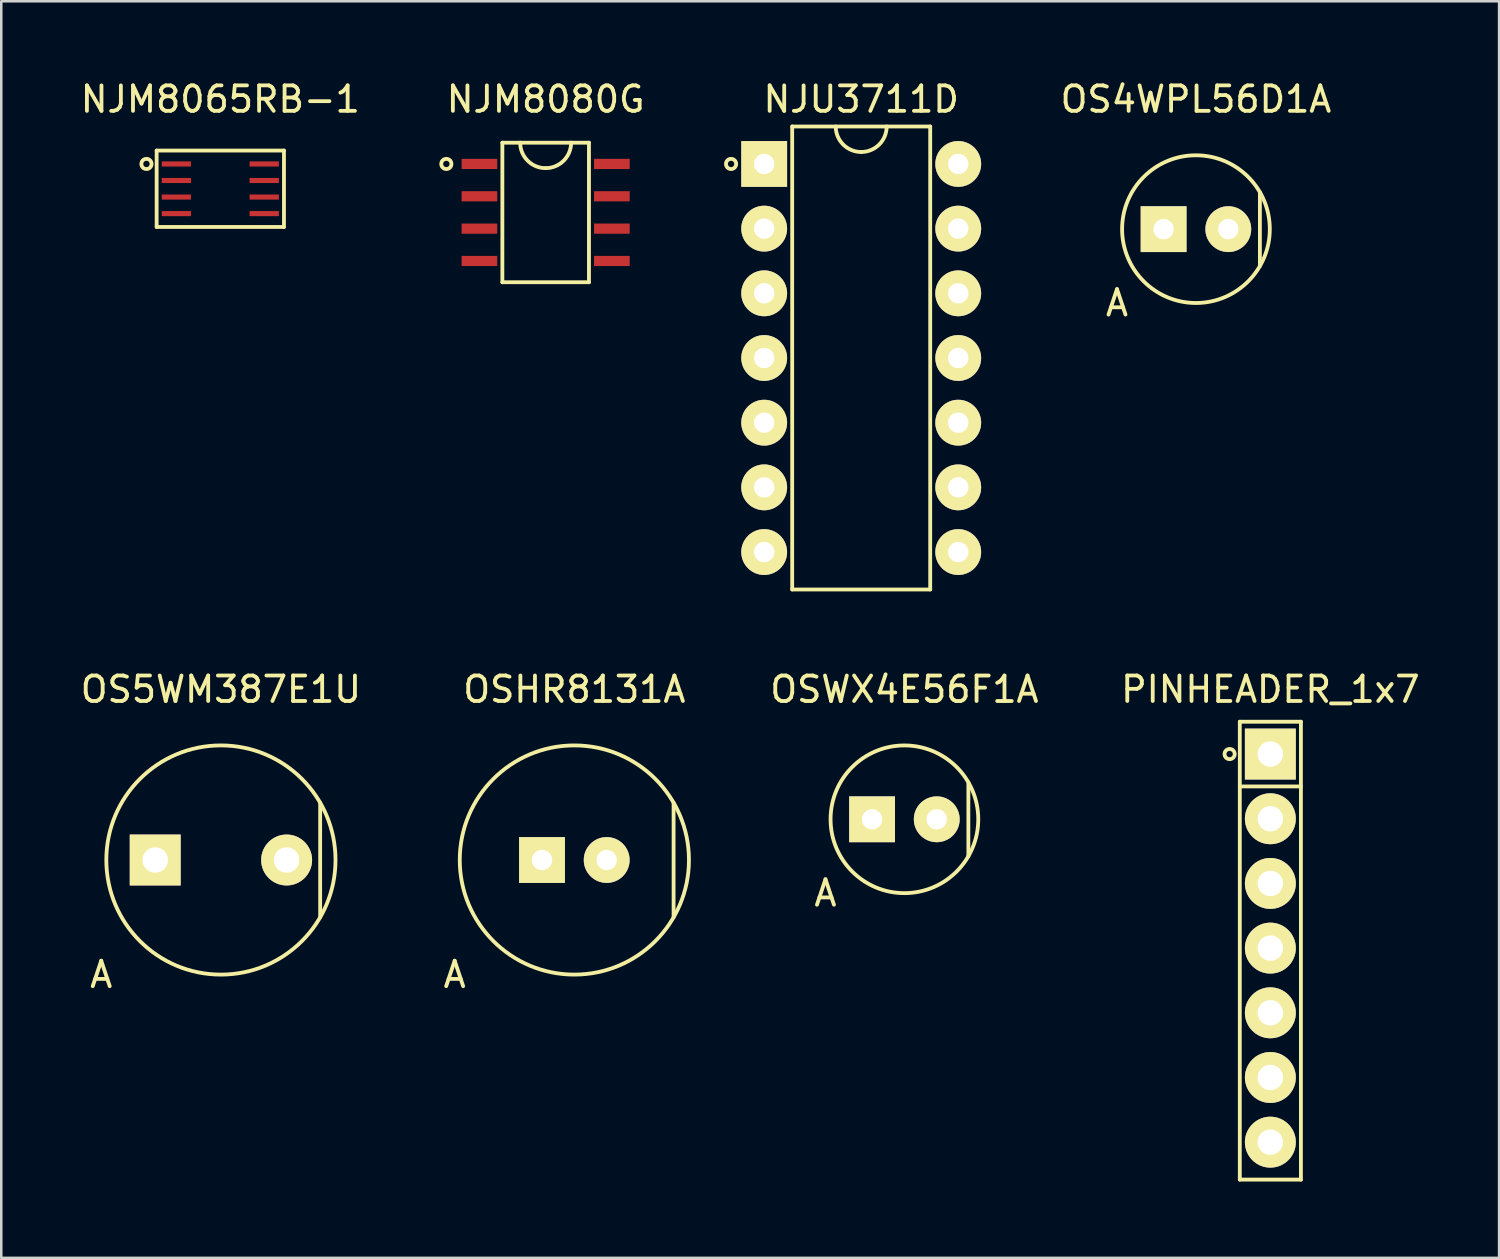
<source format=kicad_pcb>
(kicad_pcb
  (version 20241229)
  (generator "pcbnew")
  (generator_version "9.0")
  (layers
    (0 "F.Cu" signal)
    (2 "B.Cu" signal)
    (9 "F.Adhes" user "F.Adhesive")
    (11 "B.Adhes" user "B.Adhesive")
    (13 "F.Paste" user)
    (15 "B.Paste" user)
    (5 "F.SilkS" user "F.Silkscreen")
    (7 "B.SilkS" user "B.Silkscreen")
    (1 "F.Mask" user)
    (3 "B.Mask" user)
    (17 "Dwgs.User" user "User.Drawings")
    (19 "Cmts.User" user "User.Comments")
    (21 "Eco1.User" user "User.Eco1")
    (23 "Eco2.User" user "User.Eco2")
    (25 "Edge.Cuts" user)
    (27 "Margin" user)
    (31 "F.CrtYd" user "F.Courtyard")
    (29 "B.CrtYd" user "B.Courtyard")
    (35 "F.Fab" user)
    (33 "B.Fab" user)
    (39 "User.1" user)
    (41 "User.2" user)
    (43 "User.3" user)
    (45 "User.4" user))
  (footprint "NJM8080G"
    (layer "F.Cu")
    (at 15.777 3.388)
    (property "Reference" "NJM8080G" (at 2.6 -2.54 0) (layer "F.SilkS") (effects (font (size 1 1) (thickness 0.15))))
    (attr through_hole)
    (fp_line (start 0.9 -0.835) (end 4.3 -0.835) (stroke (width 0.15) (type solid)) (layer "F.SilkS"))
    (fp_line (start 0.9 4.645) (end 0.9 -0.835) (stroke (width 0.15) (type solid)) (layer "F.SilkS"))
    (fp_line (start 4.3 -0.835) (end 4.3 4.645) (stroke (width 0.15) (type solid)) (layer "F.SilkS"))
    (fp_line (start 4.3 4.645) (end 0.9 4.645) (stroke (width 0.15) (type solid)) (layer "F.SilkS"))
    (fp_arc (start 2.6 0.165) (mid 1.892893 -0.127893) (end 1.6 -0.835) (stroke (width 0.15) (type solid)) (layer "F.SilkS"))
    (fp_arc (start 3.6 -0.835) (mid 3.307107 -0.127893) (end 2.6 0.165) (stroke (width 0.15) (type solid)) (layer "F.SilkS"))
    (fp_circle (center -1.3 0) (end -1.3 0.2) (stroke (width 0.15) (type solid)) (fill no) (layer "F.SilkS"))
    (pad "1" smd rect (at 0 0) (size 1.4 0.4) (layers "F.Cu" "F.Mask" "F.Paste"))
    (pad "2" smd rect (at 0 1.27) (size 1.4 0.4) (layers "F.Cu" "F.Mask" "F.Paste"))
    (pad "3" smd rect (at 0 2.54) (size 1.4 0.4) (layers "F.Cu" "F.Mask" "F.Paste"))
    (pad "4" smd rect (at 0 3.81) (size 1.4 0.4) (layers "F.Cu" "F.Mask" "F.Paste"))
    (pad "5" smd rect (at 5.2 3.81) (size 1.4 0.4) (layers "F.Cu" "F.Mask" "F.Paste"))
    (pad "6" smd rect (at 5.2 2.54) (size 1.4 0.4) (layers "F.Cu" "F.Mask" "F.Paste"))
    (pad "7" smd rect (at 5.2 1.27) (size 1.4 0.4) (layers "F.Cu" "F.Mask" "F.Paste"))
    (pad "8" smd rect (at 5.2 0) (size 1.4 0.4) (layers "F.Cu" "F.Mask" "F.Paste")))
  (footprint "OSWX4E56F1A"
    (layer "F.Cu")
    (at 31.195 29.122)
    (property "Reference" "OSWX4E56F1A" (at 1.27 -5.1 0) (layer "F.SilkS") (effects (font (size 1 1) (thickness 0.15))))
    (attr through_hole)
    (fp_line (start 3.781 1.45) (end 3.781 -1.45) (stroke (width 0.15) (type solid)) (layer "F.SilkS"))
    (fp_circle (center 1.27 0) (end 1.27 -2.9) (stroke (width 0.15) (type solid)) (fill no) (layer "F.SilkS"))
    (fp_text user "A" (at -1.83 2.9 0) (layer "F.SilkS") (effects (font (size 1 1) (thickness 0.15))))
    (pad "1" thru_hole rect (at 0 0) (size 1.8 1.8) (drill 0.8) (layers "*.Cu" "*.Mask" "F.SilkS"))
    (pad "2" thru_hole circle (at 2.54 0) (size 1.8 1.8) (drill 0.8) (layers "*.Cu" "*.Mask" "F.SilkS")))
  (footprint "OS5WM387E1U"
    (layer "F.Cu")
    (at 3.045 30.721)
    (property "Reference" "OS5WM387E1U" (at 2.58 -6.7 0) (layer "F.SilkS") (effects (font (size 1 1) (thickness 0.15))))
    (attr through_hole)
    (fp_line (start 6.477 2.25) (end 6.477 -2.25) (stroke (width 0.15) (type solid)) (layer "F.SilkS"))
    (fp_circle (center 2.58 0) (end 2.58 -4.5) (stroke (width 0.15) (type solid)) (fill no) (layer "F.SilkS"))
    (fp_text user "A" (at -2.12 4.5 0) (layer "F.SilkS") (effects (font (size 1 1) (thickness 0.15))))
    (pad "1" thru_hole rect (at 0 0) (size 2 2) (drill 1) (layers "*.Cu" "*.Mask" "F.SilkS"))
    (pad "2" thru_hole circle (at 5.16 0) (size 2 2) (drill 1) (layers "*.Cu" "*.Mask" "F.SilkS")))
  (footprint "PINHEADER_1x7"
    (layer "F.Cu")
    (at 46.835 26.561)
    (property "Reference" "PINHEADER_1x7" (at 0 -2.54 0) (layer "F.SilkS") (effects (font (size 1 1) (thickness 0.15))))
    (attr through_hole)
    (fp_line (start -1.2 -1.27) (end 1.2 -1.27) (stroke (width 0.15) (type solid)) (layer "F.SilkS"))
    (fp_line (start -1.2 1.27) (end 1.2 1.27) (stroke (width 0.15) (type solid)) (layer "F.SilkS"))
    (fp_line (start -1.2 16.71) (end -1.2 -1.27) (stroke (width 0.15) (type solid)) (layer "F.SilkS"))
    (fp_line (start 1.2 -1.27) (end 1.2 16.71) (stroke (width 0.15) (type solid)) (layer "F.SilkS"))
    (fp_line (start 1.2 16.71) (end -1.2 16.71) (stroke (width 0.15) (type solid)) (layer "F.SilkS"))
    (fp_circle (center -1.6 0) (end -1.6 0.2) (stroke (width 0.15) (type solid)) (fill no) (layer "F.SilkS"))
    (pad "1" thru_hole rect (at 0 0) (size 2 2) (drill 1) (layers "*.Cu" "*.Mask" "F.SilkS"))
    (pad "2" thru_hole circle (at 0 2.54) (size 2 2) (drill 1) (layers "*.Cu" "*.Mask" "F.SilkS"))
    (pad "3" thru_hole circle (at 0 5.08) (size 2 2) (drill 1) (layers "*.Cu" "*.Mask" "F.SilkS"))
    (pad "4" thru_hole circle (at 0 7.62) (size 2 2) (drill 1) (layers "*.Cu" "*.Mask" "F.SilkS"))
    (pad "5" thru_hole circle (at 0 10.16) (size 2 2) (drill 1) (layers "*.Cu" "*.Mask" "F.SilkS"))
    (pad "6" thru_hole circle (at 0 12.7) (size 2 2) (drill 1) (layers "*.Cu" "*.Mask" "F.SilkS"))
    (pad "7" thru_hole circle (at 0 15.24) (size 2 2) (drill 1) (layers "*.Cu" "*.Mask" "F.SilkS")))
  (footprint "NJU3711D"
    (layer "F.Cu")
    (at 26.958 3.388)
    (property "Reference" "NJU3711D" (at 3.81 -2.54 0) (layer "F.SilkS") (effects (font (size 1 1) (thickness 0.15))))
    (attr through_hole)
    (fp_line (start 1.1 -1.47) (end 6.52 -1.47) (stroke (width 0.15) (type solid)) (layer "F.SilkS"))
    (fp_line (start 1.1 16.71) (end 1.1 -1.47) (stroke (width 0.15) (type solid)) (layer "F.SilkS"))
    (fp_line (start 6.52 -1.47) (end 6.52 16.71) (stroke (width 0.15) (type solid)) (layer "F.SilkS"))
    (fp_line (start 6.52 16.71) (end 1.1 16.71) (stroke (width 0.15) (type solid)) (layer "F.SilkS"))
    (fp_arc (start 3.81 -0.47) (mid 3.102893 -0.762893) (end 2.81 -1.47) (stroke (width 0.15) (type solid)) (layer "F.SilkS"))
    (fp_arc (start 4.81 -1.47) (mid 4.517107 -0.762893) (end 3.81 -0.47) (stroke (width 0.15) (type solid)) (layer "F.SilkS"))
    (fp_circle (center -1.3 0) (end -1.3 0.2) (stroke (width 0.15) (type solid)) (fill no) (layer "F.SilkS"))
    (pad "1" thru_hole rect (at 0 0) (size 1.8 1.8) (drill 0.8) (layers "*.Cu" "*.Mask" "F.SilkS"))
    (pad "2" thru_hole circle (at 0 2.54) (size 1.8 1.8) (drill 0.8) (layers "*.Cu" "*.Mask" "F.SilkS"))
    (pad "3" thru_hole circle (at 0 5.08) (size 1.8 1.8) (drill 0.8) (layers "*.Cu" "*.Mask" "F.SilkS"))
    (pad "4" thru_hole circle (at 0 7.62) (size 1.8 1.8) (drill 0.8) (layers "*.Cu" "*.Mask" "F.SilkS"))
    (pad "5" thru_hole circle (at 0 10.16) (size 1.8 1.8) (drill 0.8) (layers "*.Cu" "*.Mask" "F.SilkS"))
    (pad "6" thru_hole circle (at 0 12.7) (size 1.8 1.8) (drill 0.8) (layers "*.Cu" "*.Mask" "F.SilkS"))
    (pad "7" thru_hole circle (at 0 15.24) (size 1.8 1.8) (drill 0.8) (layers "*.Cu" "*.Mask" "F.SilkS"))
    (pad "8" thru_hole circle (at 7.62 15.24) (size 1.8 1.8) (drill 0.8) (layers "*.Cu" "*.Mask" "F.SilkS"))
    (pad "9" thru_hole circle (at 7.62 12.7) (size 1.8 1.8) (drill 0.8) (layers "*.Cu" "*.Mask" "F.SilkS"))
    (pad "10" thru_hole circle (at 7.62 10.16) (size 1.8 1.8) (drill 0.8) (layers "*.Cu" "*.Mask" "F.SilkS"))
    (pad "11" thru_hole circle (at 7.62 7.62) (size 1.8 1.8) (drill 0.8) (layers "*.Cu" "*.Mask" "F.SilkS"))
    (pad "12" thru_hole circle (at 7.62 5.08) (size 1.8 1.8) (drill 0.8) (layers "*.Cu" "*.Mask" "F.SilkS"))
    (pad "13" thru_hole circle (at 7.62 2.54) (size 1.8 1.8) (drill 0.8) (layers "*.Cu" "*.Mask" "F.SilkS"))
    (pad "14" thru_hole circle (at 7.62 0) (size 1.8 1.8) (drill 0.8) (layers "*.Cu" "*.Mask" "F.SilkS")))
  (footprint "OS4WPL56D1A"
    (layer "F.Cu")
    (at 42.643 5.948)
    (property "Reference" "OS4WPL56D1A" (at 1.27 -5.1 0) (layer "F.SilkS") (effects (font (size 1 1) (thickness 0.15))))
    (attr through_hole)
    (fp_line (start 3.781 1.45) (end 3.781 -1.45) (stroke (width 0.15) (type solid)) (layer "F.SilkS"))
    (fp_circle (center 1.27 0) (end 1.27 -2.9) (stroke (width 0.15) (type solid)) (fill no) (layer "F.SilkS"))
    (fp_text user "A" (at -1.83 2.9 0) (layer "F.SilkS") (effects (font (size 1 1) (thickness 0.15))))
    (pad "1" thru_hole rect (at 0 0) (size 1.8 1.8) (drill 0.8) (layers "*.Cu" "*.Mask" "F.SilkS"))
    (pad "2" thru_hole circle (at 2.54 0) (size 1.8 1.8) (drill 0.8) (layers "*.Cu" "*.Mask" "F.SilkS")))
  (footprint "NJM8065RB-1"
    (layer "F.Cu")
    (at 3.876 3.388)
    (property "Reference" "NJM8065RB-1" (at 1.725 -2.54 0) (layer "F.SilkS") (effects (font (size 1 1) (thickness 0.15))))
    (attr through_hole)
    (fp_line (start -0.775 -0.525) (end 4.225 -0.525) (stroke (width 0.15) (type solid)) (layer "F.SilkS"))
    (fp_line (start -0.775 2.475) (end -0.775 -0.525) (stroke (width 0.15) (type solid)) (layer "F.SilkS"))
    (fp_line (start 4.225 -0.525) (end 4.225 2.475) (stroke (width 0.15) (type solid)) (layer "F.SilkS"))
    (fp_line (start 4.225 2.475) (end -0.775 2.475) (stroke (width 0.15) (type solid)) (layer "F.SilkS"))
    (fp_circle (center -1.175 0) (end -1.175 0.2) (stroke (width 0.15) (type solid)) (fill no) (layer "F.SilkS"))
    (pad "1" smd rect (at 0 0) (size 1.15 0.2) (layers "F.Cu" "F.Mask" "F.Paste"))
    (pad "2" smd rect (at 0 0.65) (size 1.15 0.2) (layers "F.Cu" "F.Mask" "F.Paste"))
    (pad "3" smd rect (at 0 1.3) (size 1.15 0.2) (layers "F.Cu" "F.Mask" "F.Paste"))
    (pad "4" smd rect (at 0 1.95) (size 1.15 0.2) (layers "F.Cu" "F.Mask" "F.Paste"))
    (pad "5" smd rect (at 3.45 1.95) (size 1.15 0.2) (layers "F.Cu" "F.Mask" "F.Paste"))
    (pad "6" smd rect (at 3.45 1.3) (size 1.15 0.2) (layers "F.Cu" "F.Mask" "F.Paste"))
    (pad "7" smd rect (at 3.45 0.65) (size 1.15 0.2) (layers "F.Cu" "F.Mask" "F.Paste"))
    (pad "8" smd rect (at 3.45 0) (size 1.15 0.2) (layers "F.Cu" "F.Mask" "F.Paste")))
  (footprint "OSHR8131A"
    (layer "F.Cu")
    (at 18.234 30.721)
    (property "Reference" "OSHR8131A" (at 1.27 -6.7 0) (layer "F.SilkS") (effects (font (size 1 1) (thickness 0.15))))
    (attr through_hole)
    (fp_line (start 5.167 2.25) (end 5.167 -2.25) (stroke (width 0.15) (type solid)) (layer "F.SilkS"))
    (fp_circle (center 1.27 0) (end 1.27 -4.5) (stroke (width 0.15) (type solid)) (fill no) (layer "F.SilkS"))
    (fp_text user "A" (at -3.43 4.5 0) (layer "F.SilkS") (effects (font (size 1 1) (thickness 0.15))))
    (pad "1" thru_hole rect (at 0 0) (size 1.8 1.8) (drill 0.8) (layers "*.Cu" "*.Mask" "F.SilkS"))
    (pad "2" thru_hole circle (at 2.54 0) (size 1.8 1.8) (drill 0.8) (layers "*.Cu" "*.Mask" "F.SilkS")))
  (gr_rect
    (start -3 -3)
    (end 55.817 46.346)
    (stroke (width 0.1) (type default))
    (fill no)
    (layer "Edge.Cuts")))
</source>
